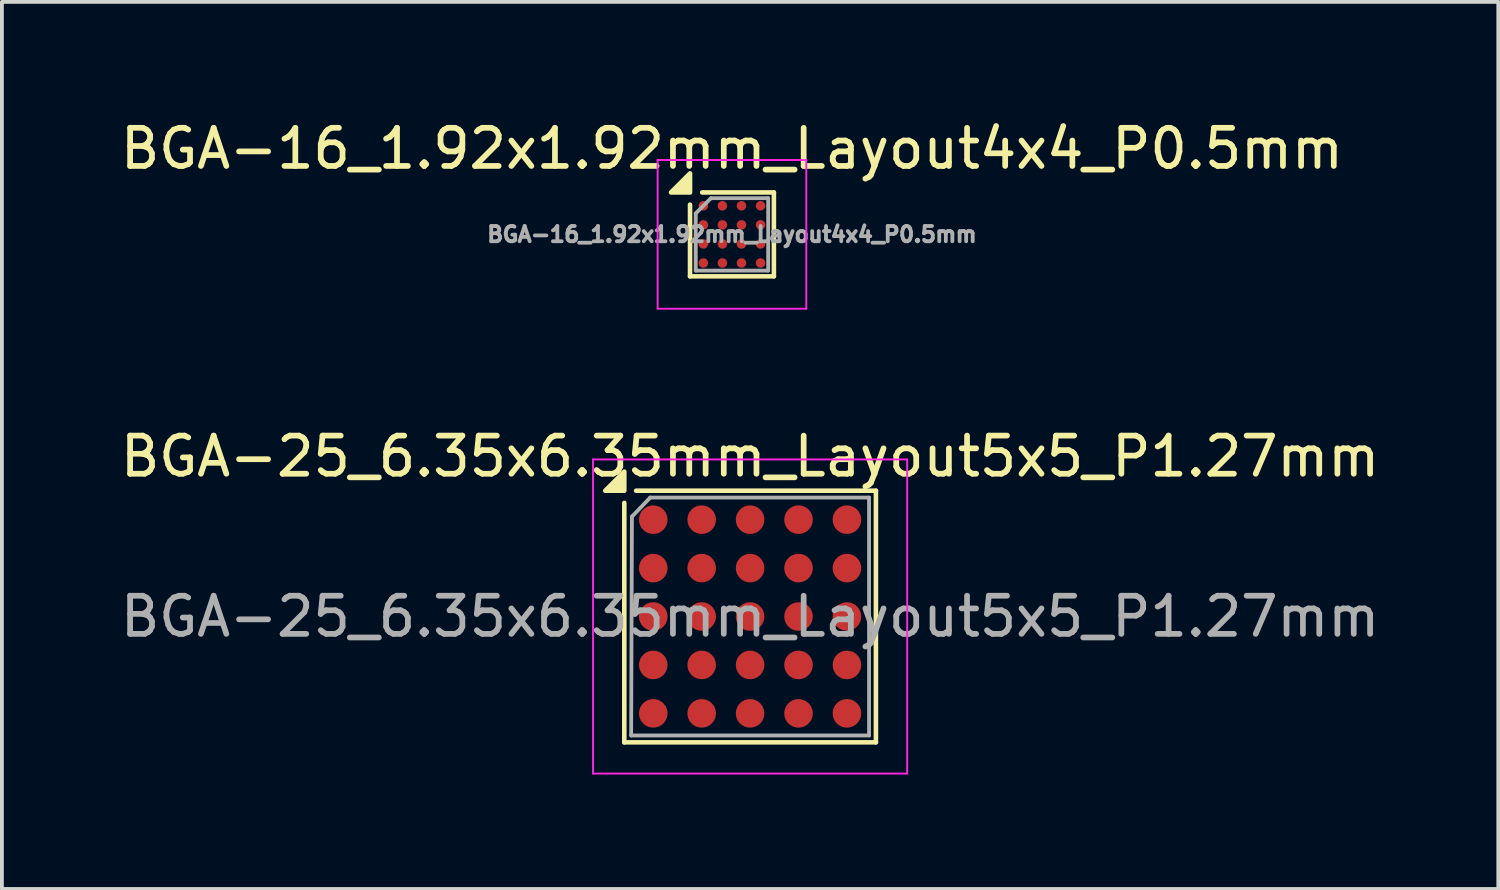
<source format=kicad_pcb>
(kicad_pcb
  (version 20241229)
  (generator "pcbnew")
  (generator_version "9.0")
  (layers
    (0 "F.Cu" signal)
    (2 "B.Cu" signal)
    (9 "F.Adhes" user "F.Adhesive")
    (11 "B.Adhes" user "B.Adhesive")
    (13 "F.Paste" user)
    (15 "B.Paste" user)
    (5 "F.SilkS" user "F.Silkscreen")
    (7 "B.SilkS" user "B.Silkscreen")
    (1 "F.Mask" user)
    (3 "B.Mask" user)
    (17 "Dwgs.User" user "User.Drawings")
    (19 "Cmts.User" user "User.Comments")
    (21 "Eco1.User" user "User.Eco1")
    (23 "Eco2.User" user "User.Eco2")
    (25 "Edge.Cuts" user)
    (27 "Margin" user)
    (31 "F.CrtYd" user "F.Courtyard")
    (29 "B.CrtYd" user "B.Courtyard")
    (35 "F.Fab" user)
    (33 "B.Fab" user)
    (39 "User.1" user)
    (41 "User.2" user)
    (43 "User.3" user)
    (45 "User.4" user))
  (footprint "BGA-16_1.92x1.92mm_Layout4x4_P0.5mm"
    (layer "F.Cu")
    (at 16.149 3.098)
    (property "Reference" "BGA-16_1.92x1.92mm_Layout4x4_P0.5mm" (at 0 -2.25 0) (layer "F.SilkS") (effects (font (size 1 1) (thickness 0.15))))
    (attr smd)
    (fp_line (start -1.1 1.1) (end -1.1 -0.78) (stroke (width 0.12) (type solid)) (layer "F.SilkS"))
    (fp_line (start -0.78 -1.1) (end 1.1 -1.1) (stroke (width 0.12) (type solid)) (layer "F.SilkS"))
    (fp_line (start 1.1 -1.1) (end 1.1 1.1) (stroke (width 0.12) (type solid)) (layer "F.SilkS"))
    (fp_line (start 1.1 1.1) (end -1.1 1.1) (stroke (width 0.12) (type solid)) (layer "F.SilkS"))
    (fp_poly (pts (xy -1.1 -1.1) (xy -1.6 -1.1) (xy -1.1 -1.6) (xy -1.1 -1.1)) (stroke (width 0.12) (type solid)) (fill yes) (layer "F.SilkS"))
    (fp_line (start -1.95 -1.95) (end -1.95 1.95) (stroke (width 0.05) (type solid)) (layer "F.CrtYd"))
    (fp_line (start -1.95 -1.95) (end 1.95 -1.95) (stroke (width 0.05) (type solid)) (layer "F.CrtYd"))
    (fp_line (start 1.95 1.95) (end -1.95 1.95) (stroke (width 0.05) (type solid)) (layer "F.CrtYd"))
    (fp_line (start 1.95 1.95) (end 1.95 -1.95) (stroke (width 0.05) (type solid)) (layer "F.CrtYd"))
    (fp_line (start -0.95 -0.55) (end -0.55 -0.95) (stroke (width 0.1) (type solid)) (layer "F.Fab"))
    (fp_line (start -0.95 0.95) (end -0.95 -0.55) (stroke (width 0.1) (type solid)) (layer "F.Fab"))
    (fp_line (start -0.55 -0.95) (end 0.95 -0.95) (stroke (width 0.1) (type solid)) (layer "F.Fab"))
    (fp_line (start 0.95 -0.95) (end 0.95 0.95) (stroke (width 0.1) (type solid)) (layer "F.Fab"))
    (fp_line (start 0.95 0.95) (end -0.95 0.95) (stroke (width 0.1) (type solid)) (layer "F.Fab"))
    (fp_text user "${REFERENCE}" (at 0 0 0) (layer "F.Fab") (effects (font (size 0.4 0.4) (thickness 0.1))))
    (pad "A1" smd circle (at -0.75 -0.75) (size 0.25 0.25) (property pad_prop_bga) (layers "F.Cu" "F.Mask" "F.Paste"))
    (pad "A2" smd circle (at -0.25 -0.75) (size 0.25 0.25) (property pad_prop_bga) (layers "F.Cu" "F.Mask" "F.Paste"))
    (pad "A3" smd circle (at 0.25 -0.75) (size 0.25 0.25) (property pad_prop_bga) (layers "F.Cu" "F.Mask" "F.Paste"))
    (pad "A4" smd circle (at 0.75 -0.75) (size 0.25 0.25) (property pad_prop_bga) (layers "F.Cu" "F.Mask" "F.Paste"))
    (pad "B1" smd circle (at -0.75 -0.25) (size 0.25 0.25) (property pad_prop_bga) (layers "F.Cu" "F.Mask" "F.Paste"))
    (pad "B2" smd circle (at -0.25 -0.25) (size 0.25 0.25) (property pad_prop_bga) (layers "F.Cu" "F.Mask" "F.Paste"))
    (pad "B3" smd circle (at 0.25 -0.25) (size 0.25 0.25) (property pad_prop_bga) (layers "F.Cu" "F.Mask" "F.Paste"))
    (pad "B4" smd circle (at 0.75 -0.25) (size 0.25 0.25) (property pad_prop_bga) (layers "F.Cu" "F.Mask" "F.Paste"))
    (pad "C1" smd circle (at -0.75 0.25) (size 0.25 0.25) (property pad_prop_bga) (layers "F.Cu" "F.Mask" "F.Paste"))
    (pad "C2" smd circle (at -0.25 0.25) (size 0.25 0.25) (property pad_prop_bga) (layers "F.Cu" "F.Mask" "F.Paste"))
    (pad "C3" smd circle (at 0.25 0.25) (size 0.25 0.25) (property pad_prop_bga) (layers "F.Cu" "F.Mask" "F.Paste"))
    (pad "C4" smd circle (at 0.75 0.25) (size 0.25 0.25) (property pad_prop_bga) (layers "F.Cu" "F.Mask" "F.Paste"))
    (pad "D1" smd circle (at -0.75 0.75) (size 0.25 0.25) (property pad_prop_bga) (layers "F.Cu" "F.Mask" "F.Paste"))
    (pad "D2" smd circle (at -0.25 0.75) (size 0.25 0.25) (property pad_prop_bga) (layers "F.Cu" "F.Mask" "F.Paste"))
    (pad "D3" smd circle (at 0.25 0.75) (size 0.25 0.25) (property pad_prop_bga) (layers "F.Cu" "F.Mask" "F.Paste"))
    (pad "D4" smd circle (at 0.75 0.75) (size 0.25 0.25) (property pad_prop_bga) (layers "F.Cu" "F.Mask" "F.Paste")))
  (footprint "BGA-25_6.35x6.35mm_Layout5x5_P1.27mm"
    (layer "F.Cu")
    (at 16.625 13.121)
    (property "Reference" "BGA-25_6.35x6.35mm_Layout5x5_P1.27mm" (at 0 -4.2 0) (layer "F.SilkS") (effects (font (size 1 1) (thickness 0.15))))
    (attr smd)
    (fp_line (start -3.3 3.3) (end -3.3 -2.98) (stroke (width 0.12) (type solid)) (layer "F.SilkS"))
    (fp_line (start -2.99 -3.3) (end 3.3 -3.3) (stroke (width 0.12) (type solid)) (layer "F.SilkS"))
    (fp_line (start 3.3 -3.3) (end 3.3 3.3) (stroke (width 0.12) (type solid)) (layer "F.SilkS"))
    (fp_line (start 3.3 3.3) (end -3.3 3.3) (stroke (width 0.12) (type solid)) (layer "F.SilkS"))
    (fp_poly (pts (xy -3.3 -3.3) (xy -3.8 -3.3) (xy -3.3 -3.8) (xy -3.3 -3.3)) (stroke (width 0.12) (type solid)) (fill yes) (layer "F.SilkS"))
    (fp_line (start -4.12 -4.12) (end -4.12 4.12) (stroke (width 0.05) (type solid)) (layer "F.CrtYd"))
    (fp_line (start -4.12 -4.12) (end 4.12 -4.12) (stroke (width 0.05) (type solid)) (layer "F.CrtYd"))
    (fp_line (start 4.12 4.12) (end -4.12 4.12) (stroke (width 0.05) (type solid)) (layer "F.CrtYd"))
    (fp_line (start 4.12 4.12) (end 4.12 -4.12) (stroke (width 0.05) (type solid)) (layer "F.CrtYd"))
    (fp_line (start -3.12 3.12) (end -3.1 -2.62) (stroke (width 0.1) (type solid)) (layer "F.Fab"))
    (fp_line (start -3.1 -2.62) (end -2.62 -3.12) (stroke (width 0.1) (type solid)) (layer "F.Fab"))
    (fp_line (start -2.62 -3.12) (end 3.12 -3.12) (stroke (width 0.1) (type solid)) (layer "F.Fab"))
    (fp_line (start 3.12 -3.12) (end 3.12 3.12) (stroke (width 0.1) (type solid)) (layer "F.Fab"))
    (fp_line (start 3.12 3.12) (end -3.12 3.12) (stroke (width 0.1) (type solid)) (layer "F.Fab"))
    (fp_text user "${REFERENCE}" (at 0 0 0) (layer "F.Fab") (effects (font (size 1 1) (thickness 0.15))))
    (pad "A1" smd circle (at -2.54 -2.54) (size 0.75 0.75) (property pad_prop_bga) (layers "F.Cu" "F.Mask" "F.Paste"))
    (pad "A2" smd circle (at -1.27 -2.54) (size 0.75 0.75) (property pad_prop_bga) (layers "F.Cu" "F.Mask" "F.Paste"))
    (pad "A3" smd circle (at 0 -2.54) (size 0.75 0.75) (property pad_prop_bga) (layers "F.Cu" "F.Mask" "F.Paste"))
    (pad "A4" smd circle (at 1.27 -2.54) (size 0.75 0.75) (property pad_prop_bga) (layers "F.Cu" "F.Mask" "F.Paste"))
    (pad "A5" smd circle (at 2.54 -2.54) (size 0.75 0.75) (property pad_prop_bga) (layers "F.Cu" "F.Mask" "F.Paste"))
    (pad "B1" smd circle (at -2.54 -1.27) (size 0.75 0.75) (property pad_prop_bga) (layers "F.Cu" "F.Mask" "F.Paste"))
    (pad "B2" smd circle (at -1.27 -1.27) (size 0.75 0.75) (property pad_prop_bga) (layers "F.Cu" "F.Mask" "F.Paste"))
    (pad "B3" smd circle (at 0 -1.27) (size 0.75 0.75) (property pad_prop_bga) (layers "F.Cu" "F.Mask" "F.Paste"))
    (pad "B4" smd circle (at 1.27 -1.27) (size 0.75 0.75) (property pad_prop_bga) (layers "F.Cu" "F.Mask" "F.Paste"))
    (pad "B5" smd circle (at 2.54 -1.27) (size 0.75 0.75) (property pad_prop_bga) (layers "F.Cu" "F.Mask" "F.Paste"))
    (pad "C1" smd circle (at -2.54 0) (size 0.75 0.75) (property pad_prop_bga) (layers "F.Cu" "F.Mask" "F.Paste"))
    (pad "C2" smd circle (at -1.27 0) (size 0.75 0.75) (property pad_prop_bga) (layers "F.Cu" "F.Mask" "F.Paste"))
    (pad "C3" smd circle (at 0 0) (size 0.75 0.75) (property pad_prop_bga) (layers "F.Cu" "F.Mask" "F.Paste"))
    (pad "C4" smd circle (at 1.27 0) (size 0.75 0.75) (property pad_prop_bga) (layers "F.Cu" "F.Mask" "F.Paste"))
    (pad "C5" smd circle (at 2.54 0) (size 0.75 0.75) (property pad_prop_bga) (layers "F.Cu" "F.Mask" "F.Paste"))
    (pad "D1" smd circle (at -2.54 1.27) (size 0.75 0.75) (property pad_prop_bga) (layers "F.Cu" "F.Mask" "F.Paste"))
    (pad "D2" smd circle (at -1.27 1.27) (size 0.75 0.75) (property pad_prop_bga) (layers "F.Cu" "F.Mask" "F.Paste"))
    (pad "D3" smd circle (at 0 1.27) (size 0.75 0.75) (property pad_prop_bga) (layers "F.Cu" "F.Mask" "F.Paste"))
    (pad "D4" smd circle (at 1.27 1.27) (size 0.75 0.75) (property pad_prop_bga) (layers "F.Cu" "F.Mask" "F.Paste"))
    (pad "D5" smd circle (at 2.54 1.27) (size 0.75 0.75) (property pad_prop_bga) (layers "F.Cu" "F.Mask" "F.Paste"))
    (pad "E1" smd circle (at -2.54 2.54) (size 0.75 0.75) (property pad_prop_bga) (layers "F.Cu" "F.Mask" "F.Paste"))
    (pad "E2" smd circle (at -1.27 2.54) (size 0.75 0.75) (property pad_prop_bga) (layers "F.Cu" "F.Mask" "F.Paste"))
    (pad "E3" smd circle (at 0 2.54) (size 0.75 0.75) (property pad_prop_bga) (layers "F.Cu" "F.Mask" "F.Paste"))
    (pad "E4" smd circle (at 1.27 2.54) (size 0.75 0.75) (property pad_prop_bga) (layers "F.Cu" "F.Mask" "F.Paste"))
    (pad "E5" smd circle (at 2.54 2.54) (size 0.75 0.75) (property pad_prop_bga) (layers "F.Cu" "F.Mask" "F.Paste")))
  (gr_rect
    (start -3 -3)
    (end 36.25 20.267)
    (stroke (width 0.1) (type default))
    (fill no)
    (layer "Edge.Cuts")))
</source>
